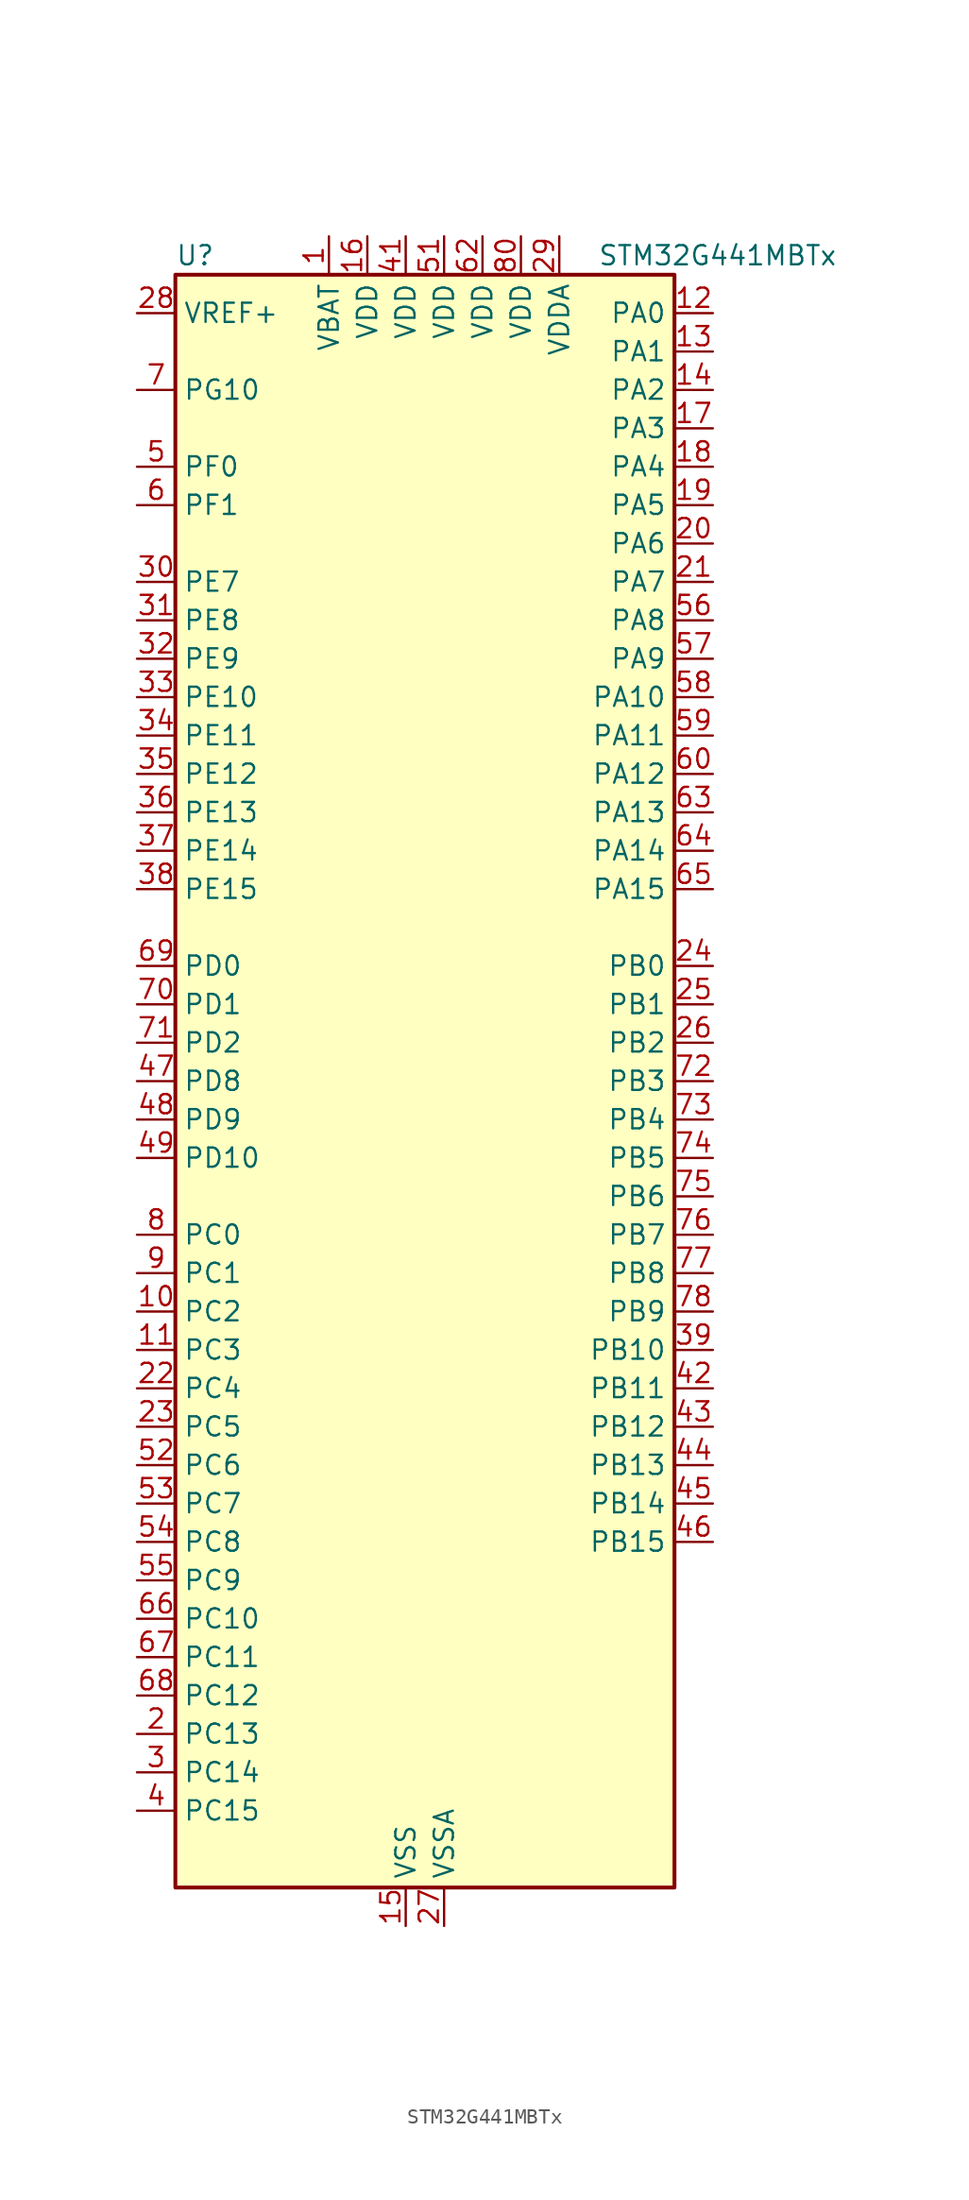
<source format=kicad_sym>
(kicad_symbol_lib
  (version 20220914)
  (generator kicad_symbol_editor)
  (symbol "STM32G441MBTx"
    (property "Reference" "U"
      (at -15.24 54.61 0)
      (effects (font (size 1.27 1.27)) (justify left)))
    (property "Value" "STM32G441MBTx"
      (at 12.7 54.61 0)
      (effects (font (size 1.27 1.27)) (justify left)))
    (property "ki_locked" ""
      (at 0 0 0)
      (effects (font (size 1.27 1.27))))
    (symbol "STM32G441MBTx_0_1"
      (rectangle (start -15.24 -53.34) (end 17.78 53.34) (stroke (width 0.254) (type default)) (fill (type background))))
    (symbol "STM32G441MBTx_1_1"
      (pin power_in line (at -5.08 55.88 270) (length 2.54) (name "VBAT" (effects (font (size 1.27 1.27)))) (number "1" (effects (font (size 1.27 1.27)))))
      (pin bidirectional line (at -17.78 -15.24 0) (length 2.54) (name "PC2" (effects (font (size 1.27 1.27)))) (number "10" (effects (font (size 1.27 1.27)))) (alternate "ADC1_IN8" bidirectional line) (alternate "ADC2_IN8" bidirectional line) (alternate "COMP3_OUT" bidirectional line) (alternate "LPTIM1_IN2" bidirectional line) (alternate "TIM1_CH3" bidirectional line))
      (pin bidirectional line (at -17.78 -17.78 0) (length 2.54) (name "PC3" (effects (font (size 1.27 1.27)))) (number "11" (effects (font (size 1.27 1.27)))) (alternate "ADC1_IN9" bidirectional line) (alternate "ADC2_IN9" bidirectional line) (alternate "LPTIM1_ETR" bidirectional line) (alternate "SAI1_D1" bidirectional line) (alternate "SAI1_SD_A" bidirectional line) (alternate "TIM1_BKIN2" bidirectional line) (alternate "TIM1_CH4" bidirectional line))
      (pin bidirectional line (at 20.32 50.8 180) (length 2.54) (name "PA0" (effects (font (size 1.27 1.27)))) (number "12" (effects (font (size 1.27 1.27)))) (alternate "ADC1_IN1" bidirectional line) (alternate "ADC2_IN1" bidirectional line) (alternate "COMP1_INM" bidirectional line) (alternate "COMP1_OUT" bidirectional line) (alternate "COMP3_INP" bidirectional line) (alternate "RTC_TAMP2" bidirectional line) (alternate "SYS_WKUP1" bidirectional line) (alternate "TIM2_CH1" bidirectional line) (alternate "TIM2_ETR" bidirectional line) (alternate "TIM8_BKIN" bidirectional line) (alternate "TIM8_ETR" bidirectional line) (alternate "USART2_CTS" bidirectional line) (alternate "USART2_NSS" bidirectional line))
      (pin bidirectional line (at 20.32 48.26 180) (length 2.54) (name "PA1" (effects (font (size 1.27 1.27)))) (number "13" (effects (font (size 1.27 1.27)))) (alternate "ADC1_IN2" bidirectional line) (alternate "ADC2_IN2" bidirectional line) (alternate "COMP1_INP" bidirectional line) (alternate "OPAMP1_VINP" bidirectional line) (alternate "OPAMP1_VINP_SEC" bidirectional line) (alternate "OPAMP3_VINP" bidirectional line) (alternate "OPAMP3_VINP_SEC" bidirectional line) (alternate "RTC_REFIN" bidirectional line) (alternate "TIM15_CH1N" bidirectional line) (alternate "TIM2_CH2" bidirectional line) (alternate "USART2_DE" bidirectional line) (alternate "USART2_RTS" bidirectional line))
      (pin bidirectional line (at 20.32 45.72 180) (length 2.54) (name "PA2" (effects (font (size 1.27 1.27)))) (number "14" (effects (font (size 1.27 1.27)))) (alternate "ADC1_IN3" bidirectional line) (alternate "COMP2_INM" bidirectional line) (alternate "COMP2_OUT" bidirectional line) (alternate "LPUART1_TX" bidirectional line) (alternate "OPAMP1_VOUT" bidirectional line) (alternate "RCC_LSCO" bidirectional line) (alternate "SYS_WKUP4" bidirectional line) (alternate "TIM15_CH1" bidirectional line) (alternate "TIM2_CH3" bidirectional line) (alternate "UCPD1_FRSTX1" bidirectional line) (alternate "UCPD1_FRSTX2" bidirectional line) (alternate "USART2_TX" bidirectional line))
      (pin power_in line (at 0 -55.88 90) (length 2.54) (name "VSS" (effects (font (size 1.27 1.27)))) (number "15" (effects (font (size 1.27 1.27)))))
      (pin power_in line (at -2.54 55.88 270) (length 2.54) (name "VDD" (effects (font (size 1.27 1.27)))) (number "16" (effects (font (size 1.27 1.27)))))
      (pin bidirectional line (at 20.32 43.18 180) (length 2.54) (name "PA3" (effects (font (size 1.27 1.27)))) (number "17" (effects (font (size 1.27 1.27)))) (alternate "ADC1_IN4" bidirectional line) (alternate "COMP2_INP" bidirectional line) (alternate "LPUART1_RX" bidirectional line) (alternate "OPAMP1_VINM" bidirectional line) (alternate "OPAMP1_VINM0" bidirectional line) (alternate "OPAMP1_VINM_SEC" bidirectional line) (alternate "OPAMP1_VINP" bidirectional line) (alternate "OPAMP1_VINP_SEC" bidirectional line) (alternate "SAI1_CK1" bidirectional line) (alternate "SAI1_MCLK_A" bidirectional line) (alternate "TIM15_CH2" bidirectional line) (alternate "TIM2_CH4" bidirectional line) (alternate "USART2_RX" bidirectional line))
      (pin bidirectional line (at 20.32 40.64 180) (length 2.54) (name "PA4" (effects (font (size 1.27 1.27)))) (number "18" (effects (font (size 1.27 1.27)))) (alternate "ADC2_IN17" bidirectional line) (alternate "COMP1_INM" bidirectional line) (alternate "DAC1_OUT1" bidirectional line) (alternate "I2S3_WS" bidirectional line) (alternate "SAI1_FS_B" bidirectional line) (alternate "SPI1_NSS" bidirectional line) (alternate "SPI3_NSS" bidirectional line) (alternate "TIM3_CH2" bidirectional line) (alternate "USART2_CK" bidirectional line))
      (pin bidirectional line (at 20.32 38.1 180) (length 2.54) (name "PA5" (effects (font (size 1.27 1.27)))) (number "19" (effects (font (size 1.27 1.27)))) (alternate "ADC2_IN13" bidirectional line) (alternate "COMP2_INM" bidirectional line) (alternate "DAC1_OUT2" bidirectional line) (alternate "OPAMP2_VINM" bidirectional line) (alternate "OPAMP2_VINM0" bidirectional line) (alternate "OPAMP2_VINM_SEC" bidirectional line) (alternate "SPI1_SCK" bidirectional line) (alternate "TIM2_CH1" bidirectional line) (alternate "TIM2_ETR" bidirectional line) (alternate "UCPD1_FRSTX1" bidirectional line) (alternate "UCPD1_FRSTX2" bidirectional line))
      (pin bidirectional line (at -17.78 -43.18 0) (length 2.54) (name "PC13" (effects (font (size 1.27 1.27)))) (number "2" (effects (font (size 1.27 1.27)))) (alternate "RTC_OUT1" bidirectional line) (alternate "RTC_TAMP1" bidirectional line) (alternate "RTC_TS" bidirectional line) (alternate "SYS_WKUP2" bidirectional line) (alternate "TIM1_BKIN" bidirectional line) (alternate "TIM1_CH1N" bidirectional line) (alternate "TIM8_CH4N" bidirectional line))
      (pin bidirectional line (at 20.32 35.56 180) (length 2.54) (name "PA6" (effects (font (size 1.27 1.27)))) (number "20" (effects (font (size 1.27 1.27)))) (alternate "ADC2_IN3" bidirectional line) (alternate "COMP1_OUT" bidirectional line) (alternate "LPUART1_CTS" bidirectional line) (alternate "OPAMP2_VOUT" bidirectional line) (alternate "SPI1_MISO" bidirectional line) (alternate "TIM16_CH1" bidirectional line) (alternate "TIM1_BKIN" bidirectional line) (alternate "TIM3_CH1" bidirectional line) (alternate "TIM8_BKIN" bidirectional line))
      (pin bidirectional line (at 20.32 33.02 180) (length 2.54) (name "PA7" (effects (font (size 1.27 1.27)))) (number "21" (effects (font (size 1.27 1.27)))) (alternate "ADC2_IN4" bidirectional line) (alternate "COMP2_INP" bidirectional line) (alternate "COMP2_OUT" bidirectional line) (alternate "OPAMP1_VINP" bidirectional line) (alternate "OPAMP1_VINP_SEC" bidirectional line) (alternate "OPAMP2_VINP" bidirectional line) (alternate "OPAMP2_VINP_SEC" bidirectional line) (alternate "SPI1_MOSI" bidirectional line) (alternate "TIM17_CH1" bidirectional line) (alternate "TIM1_CH1N" bidirectional line) (alternate "TIM3_CH2" bidirectional line) (alternate "TIM8_CH1N" bidirectional line) (alternate "UCPD1_FRSTX1" bidirectional line) (alternate "UCPD1_FRSTX2" bidirectional line))
      (pin bidirectional line (at -17.78 -20.32 0) (length 2.54) (name "PC4" (effects (font (size 1.27 1.27)))) (number "22" (effects (font (size 1.27 1.27)))) (alternate "ADC2_IN5" bidirectional line) (alternate "I2C2_SCL" bidirectional line) (alternate "TIM1_ETR" bidirectional line) (alternate "USART1_TX" bidirectional line))
      (pin bidirectional line (at -17.78 -22.86 0) (length 2.54) (name "PC5" (effects (font (size 1.27 1.27)))) (number "23" (effects (font (size 1.27 1.27)))) (alternate "ADC2_IN11" bidirectional line) (alternate "OPAMP1_VINM" bidirectional line) (alternate "OPAMP1_VINM1" bidirectional line) (alternate "OPAMP1_VINM_SEC" bidirectional line) (alternate "OPAMP2_VINM" bidirectional line) (alternate "OPAMP2_VINM1" bidirectional line) (alternate "OPAMP2_VINM_SEC" bidirectional line) (alternate "SAI1_D3" bidirectional line) (alternate "SYS_WKUP5" bidirectional line) (alternate "TIM15_BKIN" bidirectional line) (alternate "TIM1_CH4N" bidirectional line) (alternate "USART1_RX" bidirectional line))
      (pin bidirectional line (at 20.32 7.62 180) (length 2.54) (name "PB0" (effects (font (size 1.27 1.27)))) (number "24" (effects (font (size 1.27 1.27)))) (alternate "ADC1_IN15" bidirectional line) (alternate "COMP4_INP" bidirectional line) (alternate "OPAMP2_VINP" bidirectional line) (alternate "OPAMP2_VINP_SEC" bidirectional line) (alternate "OPAMP3_VINP" bidirectional line) (alternate "OPAMP3_VINP_SEC" bidirectional line) (alternate "TIM1_CH2N" bidirectional line) (alternate "TIM3_CH3" bidirectional line) (alternate "TIM8_CH2N" bidirectional line) (alternate "UCPD1_FRSTX1" bidirectional line) (alternate "UCPD1_FRSTX2" bidirectional line))
      (pin bidirectional line (at 20.32 5.08 180) (length 2.54) (name "PB1" (effects (font (size 1.27 1.27)))) (number "25" (effects (font (size 1.27 1.27)))) (alternate "ADC1_IN12" bidirectional line) (alternate "COMP1_INP" bidirectional line) (alternate "COMP4_OUT" bidirectional line) (alternate "LPUART1_DE" bidirectional line) (alternate "LPUART1_RTS" bidirectional line) (alternate "OPAMP3_VOUT" bidirectional line) (alternate "TIM1_CH3N" bidirectional line) (alternate "TIM3_CH4" bidirectional line) (alternate "TIM8_CH3N" bidirectional line))
      (pin bidirectional line (at 20.32 2.54 180) (length 2.54) (name "PB2" (effects (font (size 1.27 1.27)))) (number "26" (effects (font (size 1.27 1.27)))) (alternate "ADC2_IN12" bidirectional line) (alternate "COMP4_INM" bidirectional line) (alternate "I2C3_SMBA" bidirectional line) (alternate "LPTIM1_OUT" bidirectional line) (alternate "OPAMP3_VINM" bidirectional line) (alternate "OPAMP3_VINM0" bidirectional line) (alternate "OPAMP3_VINM_SEC" bidirectional line) (alternate "RTC_OUT2" bidirectional line))
      (pin power_in line (at 2.54 -55.88 90) (length 2.54) (name "VSSA" (effects (font (size 1.27 1.27)))) (number "27" (effects (font (size 1.27 1.27)))))
      (pin input line (at -17.78 50.8 0) (length 2.54) (name "VREF+" (effects (font (size 1.27 1.27)))) (number "28" (effects (font (size 1.27 1.27)))) (alternate "VREFBUF_OUT" bidirectional line))
      (pin power_in line (at 10.16 55.88 270) (length 2.54) (name "VDDA" (effects (font (size 1.27 1.27)))) (number "29" (effects (font (size 1.27 1.27)))))
      (pin bidirectional line (at -17.78 -45.72 0) (length 2.54) (name "PC14" (effects (font (size 1.27 1.27)))) (number "3" (effects (font (size 1.27 1.27)))) (alternate "RCC_OSC32_IN" bidirectional line))
      (pin bidirectional line (at -17.78 33.02 0) (length 2.54) (name "PE7" (effects (font (size 1.27 1.27)))) (number "30" (effects (font (size 1.27 1.27)))) (alternate "COMP4_INP" bidirectional line) (alternate "SAI1_SD_B" bidirectional line) (alternate "TIM1_ETR" bidirectional line))
      (pin bidirectional line (at -17.78 30.48 0) (length 2.54) (name "PE8" (effects (font (size 1.27 1.27)))) (number "31" (effects (font (size 1.27 1.27)))) (alternate "COMP4_INM" bidirectional line) (alternate "SAI1_SCK_B" bidirectional line) (alternate "TIM1_CH1N" bidirectional line))
      (pin bidirectional line (at -17.78 27.94 0) (length 2.54) (name "PE9" (effects (font (size 1.27 1.27)))) (number "32" (effects (font (size 1.27 1.27)))) (alternate "DAC1_EXTI9" bidirectional line) (alternate "DAC3_EXTI9" bidirectional line) (alternate "SAI1_FS_B" bidirectional line) (alternate "TIM1_CH1" bidirectional line))
      (pin bidirectional line (at -17.78 25.4 0) (length 2.54) (name "PE10" (effects (font (size 1.27 1.27)))) (number "33" (effects (font (size 1.27 1.27)))) (alternate "DAC1_EXTI10" bidirectional line) (alternate "DAC3_EXTI10" bidirectional line) (alternate "SAI1_MCLK_B" bidirectional line) (alternate "TIM1_CH2N" bidirectional line))
      (pin bidirectional line (at -17.78 22.86 0) (length 2.54) (name "PE11" (effects (font (size 1.27 1.27)))) (number "34" (effects (font (size 1.27 1.27)))) (alternate "ADC1_EXTI11" bidirectional line) (alternate "ADC2_EXTI11" bidirectional line) (alternate "TIM1_CH2" bidirectional line))
      (pin bidirectional line (at -17.78 20.32 0) (length 2.54) (name "PE12" (effects (font (size 1.27 1.27)))) (number "35" (effects (font (size 1.27 1.27)))) (alternate "TIM1_CH3N" bidirectional line))
      (pin bidirectional line (at -17.78 17.78 0) (length 2.54) (name "PE13" (effects (font (size 1.27 1.27)))) (number "36" (effects (font (size 1.27 1.27)))) (alternate "TIM1_CH3" bidirectional line))
      (pin bidirectional line (at -17.78 15.24 0) (length 2.54) (name "PE14" (effects (font (size 1.27 1.27)))) (number "37" (effects (font (size 1.27 1.27)))) (alternate "TIM1_BKIN2" bidirectional line) (alternate "TIM1_CH4" bidirectional line))
      (pin bidirectional line (at -17.78 12.7 0) (length 2.54) (name "PE15" (effects (font (size 1.27 1.27)))) (number "38" (effects (font (size 1.27 1.27)))) (alternate "ADC1_EXTI15" bidirectional line) (alternate "ADC2_EXTI15" bidirectional line) (alternate "TIM1_BKIN" bidirectional line) (alternate "TIM1_CH4N" bidirectional line) (alternate "USART3_RX" bidirectional line))
      (pin bidirectional line (at 20.32 -17.78 180) (length 2.54) (name "PB10" (effects (font (size 1.27 1.27)))) (number "39" (effects (font (size 1.27 1.27)))) (alternate "DAC1_EXTI10" bidirectional line) (alternate "DAC3_EXTI10" bidirectional line) (alternate "LPUART1_RX" bidirectional line) (alternate "OPAMP3_VINM" bidirectional line) (alternate "OPAMP3_VINM1" bidirectional line) (alternate "OPAMP3_VINM_SEC" bidirectional line) (alternate "SAI1_SCK_A" bidirectional line) (alternate "TIM1_BKIN" bidirectional line) (alternate "TIM2_CH3" bidirectional line) (alternate "USART3_TX" bidirectional line))
      (pin bidirectional line (at -17.78 -48.26 0) (length 2.54) (name "PC15" (effects (font (size 1.27 1.27)))) (number "4" (effects (font (size 1.27 1.27)))) (alternate "ADC1_EXTI15" bidirectional line) (alternate "ADC2_EXTI15" bidirectional line) (alternate "RCC_OSC32_OUT" bidirectional line))
      (pin passive line (at 0 -55.88 90) (length 2.54) hide (name "VSS" (effects (font (size 1.27 1.27)))) (number "40" (effects (font (size 1.27 1.27)))))
      (pin power_in line (at 0 55.88 270) (length 2.54) (name "VDD" (effects (font (size 1.27 1.27)))) (number "41" (effects (font (size 1.27 1.27)))))
      (pin bidirectional line (at 20.32 -20.32 180) (length 2.54) (name "PB11" (effects (font (size 1.27 1.27)))) (number "42" (effects (font (size 1.27 1.27)))) (alternate "ADC1_EXTI11" bidirectional line) (alternate "ADC1_IN14" bidirectional line) (alternate "ADC2_EXTI11" bidirectional line) (alternate "ADC2_IN14" bidirectional line) (alternate "LPUART1_TX" bidirectional line) (alternate "TIM2_CH4" bidirectional line) (alternate "USART3_RX" bidirectional line))
      (pin bidirectional line (at 20.32 -22.86 180) (length 2.54) (name "PB12" (effects (font (size 1.27 1.27)))) (number "43" (effects (font (size 1.27 1.27)))) (alternate "ADC1_IN11" bidirectional line) (alternate "I2C2_SMBA" bidirectional line) (alternate "I2S2_WS" bidirectional line) (alternate "LPUART1_DE" bidirectional line) (alternate "LPUART1_RTS" bidirectional line) (alternate "SPI2_NSS" bidirectional line) (alternate "TIM1_BKIN" bidirectional line) (alternate "USART3_CK" bidirectional line))
      (pin bidirectional line (at 20.32 -25.4 180) (length 2.54) (name "PB13" (effects (font (size 1.27 1.27)))) (number "44" (effects (font (size 1.27 1.27)))) (alternate "I2S2_CK" bidirectional line) (alternate "LPUART1_CTS" bidirectional line) (alternate "OPAMP3_VINP" bidirectional line) (alternate "OPAMP3_VINP_SEC" bidirectional line) (alternate "SPI2_SCK" bidirectional line) (alternate "TIM1_CH1N" bidirectional line) (alternate "USART3_CTS" bidirectional line) (alternate "USART3_NSS" bidirectional line))
      (pin bidirectional line (at 20.32 -27.94 180) (length 2.54) (name "PB14" (effects (font (size 1.27 1.27)))) (number "45" (effects (font (size 1.27 1.27)))) (alternate "ADC1_IN5" bidirectional line) (alternate "COMP4_OUT" bidirectional line) (alternate "OPAMP2_VINP" bidirectional line) (alternate "OPAMP2_VINP_SEC" bidirectional line) (alternate "SPI2_MISO" bidirectional line) (alternate "TIM15_CH1" bidirectional line) (alternate "TIM1_CH2N" bidirectional line) (alternate "USART3_DE" bidirectional line) (alternate "USART3_RTS" bidirectional line))
      (pin bidirectional line (at 20.32 -30.48 180) (length 2.54) (name "PB15" (effects (font (size 1.27 1.27)))) (number "46" (effects (font (size 1.27 1.27)))) (alternate "ADC1_EXTI15" bidirectional line) (alternate "ADC2_EXTI15" bidirectional line) (alternate "ADC2_IN15" bidirectional line) (alternate "COMP3_OUT" bidirectional line) (alternate "I2S2_SD" bidirectional line) (alternate "RTC_REFIN" bidirectional line) (alternate "SPI2_MOSI" bidirectional line) (alternate "TIM15_CH1N" bidirectional line) (alternate "TIM15_CH2" bidirectional line) (alternate "TIM1_CH3N" bidirectional line))
      (pin bidirectional line (at -17.78 0 0) (length 2.54) (name "PD8" (effects (font (size 1.27 1.27)))) (number "47" (effects (font (size 1.27 1.27)))) (alternate "USART3_TX" bidirectional line))
      (pin bidirectional line (at -17.78 -2.54 0) (length 2.54) (name "PD9" (effects (font (size 1.27 1.27)))) (number "48" (effects (font (size 1.27 1.27)))) (alternate "DAC1_EXTI9" bidirectional line) (alternate "DAC3_EXTI9" bidirectional line) (alternate "USART3_RX" bidirectional line))
      (pin bidirectional line (at -17.78 -5.08 0) (length 2.54) (name "PD10" (effects (font (size 1.27 1.27)))) (number "49" (effects (font (size 1.27 1.27)))) (alternate "DAC1_EXTI10" bidirectional line) (alternate "DAC3_EXTI10" bidirectional line) (alternate "USART3_CK" bidirectional line))
      (pin bidirectional line (at -17.78 40.64 0) (length 2.54) (name "PF0" (effects (font (size 1.27 1.27)))) (number "5" (effects (font (size 1.27 1.27)))) (alternate "ADC1_IN10" bidirectional line) (alternate "I2C2_SDA" bidirectional line) (alternate "I2S2_WS" bidirectional line) (alternate "RCC_OSC_IN" bidirectional line) (alternate "SPI2_NSS" bidirectional line) (alternate "TIM1_CH3N" bidirectional line))
      (pin passive line (at 0 -55.88 90) (length 2.54) hide (name "VSS" (effects (font (size 1.27 1.27)))) (number "50" (effects (font (size 1.27 1.27)))))
      (pin power_in line (at 2.54 55.88 270) (length 2.54) (name "VDD" (effects (font (size 1.27 1.27)))) (number "51" (effects (font (size 1.27 1.27)))))
      (pin bidirectional line (at -17.78 -25.4 0) (length 2.54) (name "PC6" (effects (font (size 1.27 1.27)))) (number "52" (effects (font (size 1.27 1.27)))) (alternate "I2S2_MCK" bidirectional line) (alternate "TIM3_CH1" bidirectional line) (alternate "TIM8_CH1" bidirectional line))
      (pin bidirectional line (at -17.78 -27.94 0) (length 2.54) (name "PC7" (effects (font (size 1.27 1.27)))) (number "53" (effects (font (size 1.27 1.27)))) (alternate "I2S3_MCK" bidirectional line) (alternate "TIM3_CH2" bidirectional line) (alternate "TIM8_CH2" bidirectional line))
      (pin bidirectional line (at -17.78 -30.48 0) (length 2.54) (name "PC8" (effects (font (size 1.27 1.27)))) (number "54" (effects (font (size 1.27 1.27)))) (alternate "I2C3_SCL" bidirectional line) (alternate "TIM3_CH3" bidirectional line) (alternate "TIM8_CH3" bidirectional line))
      (pin bidirectional line (at -17.78 -33.02 0) (length 2.54) (name "PC9" (effects (font (size 1.27 1.27)))) (number "55" (effects (font (size 1.27 1.27)))) (alternate "DAC1_EXTI9" bidirectional line) (alternate "DAC3_EXTI9" bidirectional line) (alternate "I2C3_SDA" bidirectional line) (alternate "I2S_CKIN" bidirectional line) (alternate "TIM3_CH4" bidirectional line) (alternate "TIM8_BKIN2" bidirectional line) (alternate "TIM8_CH4" bidirectional line))
      (pin bidirectional line (at 20.32 30.48 180) (length 2.54) (name "PA8" (effects (font (size 1.27 1.27)))) (number "56" (effects (font (size 1.27 1.27)))) (alternate "I2C2_SDA" bidirectional line) (alternate "I2C3_SCL" bidirectional line) (alternate "I2S2_MCK" bidirectional line) (alternate "RCC_MCO" bidirectional line) (alternate "SAI1_CK2" bidirectional line) (alternate "SAI1_SCK_A" bidirectional line) (alternate "TIM1_CH1" bidirectional line) (alternate "TIM4_ETR" bidirectional line) (alternate "USART1_CK" bidirectional line))
      (pin bidirectional line (at 20.32 27.94 180) (length 2.54) (name "PA9" (effects (font (size 1.27 1.27)))) (number "57" (effects (font (size 1.27 1.27)))) (alternate "DAC1_EXTI9" bidirectional line) (alternate "DAC3_EXTI9" bidirectional line) (alternate "I2C2_SCL" bidirectional line) (alternate "I2C3_SMBA" bidirectional line) (alternate "I2S3_MCK" bidirectional line) (alternate "SAI1_FS_A" bidirectional line) (alternate "TIM15_BKIN" bidirectional line) (alternate "TIM1_CH2" bidirectional line) (alternate "TIM2_CH3" bidirectional line) (alternate "UCPD1_DBCC1" bidirectional line) (alternate "USART1_TX" bidirectional line))
      (pin bidirectional line (at 20.32 25.4 180) (length 2.54) (name "PA10" (effects (font (size 1.27 1.27)))) (number "58" (effects (font (size 1.27 1.27)))) (alternate "CRS_SYNC" bidirectional line) (alternate "DAC1_EXTI10" bidirectional line) (alternate "DAC3_EXTI10" bidirectional line) (alternate "I2C2_SMBA" bidirectional line) (alternate "SAI1_D1" bidirectional line) (alternate "SAI1_SD_A" bidirectional line) (alternate "SPI2_MISO" bidirectional line) (alternate "TIM17_BKIN" bidirectional line) (alternate "TIM1_CH3" bidirectional line) (alternate "TIM2_CH4" bidirectional line) (alternate "TIM8_BKIN" bidirectional line) (alternate "UCPD1_DBCC2" bidirectional line) (alternate "USART1_RX" bidirectional line))
      (pin bidirectional line (at 20.32 22.86 180) (length 2.54) (name "PA11" (effects (font (size 1.27 1.27)))) (number "59" (effects (font (size 1.27 1.27)))) (alternate "ADC1_EXTI11" bidirectional line) (alternate "ADC2_EXTI11" bidirectional line) (alternate "COMP1_OUT" bidirectional line) (alternate "FDCAN1_RX" bidirectional line) (alternate "I2S2_SD" bidirectional line) (alternate "SPI2_MOSI" bidirectional line) (alternate "TIM1_BKIN2" bidirectional line) (alternate "TIM1_CH1N" bidirectional line) (alternate "TIM1_CH4" bidirectional line) (alternate "TIM4_CH1" bidirectional line) (alternate "USART1_CTS" bidirectional line) (alternate "USART1_NSS" bidirectional line) (alternate "USB_DM" bidirectional line))
      (pin bidirectional line (at -17.78 38.1 0) (length 2.54) (name "PF1" (effects (font (size 1.27 1.27)))) (number "6" (effects (font (size 1.27 1.27)))) (alternate "ADC2_IN10" bidirectional line) (alternate "COMP3_INM" bidirectional line) (alternate "I2S2_CK" bidirectional line) (alternate "RCC_OSC_OUT" bidirectional line) (alternate "SPI2_SCK" bidirectional line))
      (pin bidirectional line (at 20.32 20.32 180) (length 2.54) (name "PA12" (effects (font (size 1.27 1.27)))) (number "60" (effects (font (size 1.27 1.27)))) (alternate "COMP2_OUT" bidirectional line) (alternate "FDCAN1_TX" bidirectional line) (alternate "I2S_CKIN" bidirectional line) (alternate "TIM16_CH1" bidirectional line) (alternate "TIM1_CH2N" bidirectional line) (alternate "TIM1_ETR" bidirectional line) (alternate "TIM4_CH2" bidirectional line) (alternate "USART1_DE" bidirectional line) (alternate "USART1_RTS" bidirectional line) (alternate "USB_DP" bidirectional line))
      (pin passive line (at 0 -55.88 90) (length 2.54) hide (name "VSS" (effects (font (size 1.27 1.27)))) (number "61" (effects (font (size 1.27 1.27)))))
      (pin power_in line (at 5.08 55.88 270) (length 2.54) (name "VDD" (effects (font (size 1.27 1.27)))) (number "62" (effects (font (size 1.27 1.27)))))
      (pin bidirectional line (at 20.32 17.78 180) (length 2.54) (name "PA13" (effects (font (size 1.27 1.27)))) (number "63" (effects (font (size 1.27 1.27)))) (alternate "I2C1_SCL" bidirectional line) (alternate "IR_OUT" bidirectional line) (alternate "SAI1_SD_B" bidirectional line) (alternate "SYS_JTMS-SWDIO" bidirectional line) (alternate "TIM16_CH1N" bidirectional line) (alternate "TIM4_CH3" bidirectional line) (alternate "USART3_CTS" bidirectional line) (alternate "USART3_NSS" bidirectional line))
      (pin bidirectional line (at 20.32 15.24 180) (length 2.54) (name "PA14" (effects (font (size 1.27 1.27)))) (number "64" (effects (font (size 1.27 1.27)))) (alternate "I2C1_SDA" bidirectional line) (alternate "LPTIM1_OUT" bidirectional line) (alternate "SAI1_FS_B" bidirectional line) (alternate "SYS_JTCK-SWCLK" bidirectional line) (alternate "TIM1_BKIN" bidirectional line) (alternate "TIM8_CH2" bidirectional line) (alternate "USART2_TX" bidirectional line))
      (pin bidirectional line (at 20.32 12.7 180) (length 2.54) (name "PA15" (effects (font (size 1.27 1.27)))) (number "65" (effects (font (size 1.27 1.27)))) (alternate "ADC1_EXTI15" bidirectional line) (alternate "ADC2_EXTI15" bidirectional line) (alternate "I2C1_SCL" bidirectional line) (alternate "I2S3_WS" bidirectional line) (alternate "SPI1_NSS" bidirectional line) (alternate "SPI3_NSS" bidirectional line) (alternate "SYS_JTDI" bidirectional line) (alternate "TIM1_BKIN" bidirectional line) (alternate "TIM2_CH1" bidirectional line) (alternate "TIM2_ETR" bidirectional line) (alternate "TIM8_CH1" bidirectional line) (alternate "UART4_DE" bidirectional line) (alternate "UART4_RTS" bidirectional line) (alternate "USART2_RX" bidirectional line))
      (pin bidirectional line (at -17.78 -35.56 0) (length 2.54) (name "PC10" (effects (font (size 1.27 1.27)))) (number "66" (effects (font (size 1.27 1.27)))) (alternate "DAC1_EXTI10" bidirectional line) (alternate "DAC3_EXTI10" bidirectional line) (alternate "I2S3_CK" bidirectional line) (alternate "SPI3_SCK" bidirectional line) (alternate "TIM8_CH1N" bidirectional line) (alternate "UART4_TX" bidirectional line) (alternate "USART3_TX" bidirectional line))
      (pin bidirectional line (at -17.78 -38.1 0) (length 2.54) (name "PC11" (effects (font (size 1.27 1.27)))) (number "67" (effects (font (size 1.27 1.27)))) (alternate "ADC1_EXTI11" bidirectional line) (alternate "ADC2_EXTI11" bidirectional line) (alternate "I2C3_SDA" bidirectional line) (alternate "SPI3_MISO" bidirectional line) (alternate "TIM8_CH2N" bidirectional line) (alternate "UART4_RX" bidirectional line) (alternate "USART3_RX" bidirectional line))
      (pin bidirectional line (at -17.78 -40.64 0) (length 2.54) (name "PC12" (effects (font (size 1.27 1.27)))) (number "68" (effects (font (size 1.27 1.27)))) (alternate "I2S3_SD" bidirectional line) (alternate "SPI3_MOSI" bidirectional line) (alternate "TIM8_CH3N" bidirectional line) (alternate "UCPD1_FRSTX1" bidirectional line) (alternate "UCPD1_FRSTX2" bidirectional line) (alternate "USART3_CK" bidirectional line))
      (pin bidirectional line (at -17.78 7.62 0) (length 2.54) (name "PD0" (effects (font (size 1.27 1.27)))) (number "69" (effects (font (size 1.27 1.27)))) (alternate "FDCAN1_RX" bidirectional line) (alternate "TIM8_CH4N" bidirectional line))
      (pin bidirectional line (at -17.78 45.72 0) (length 2.54) (name "PG10" (effects (font (size 1.27 1.27)))) (number "7" (effects (font (size 1.27 1.27)))) (alternate "DAC1_EXTI10" bidirectional line) (alternate "DAC3_EXTI10" bidirectional line) (alternate "RCC_MCO" bidirectional line))
      (pin bidirectional line (at -17.78 5.08 0) (length 2.54) (name "PD1" (effects (font (size 1.27 1.27)))) (number "70" (effects (font (size 1.27 1.27)))) (alternate "FDCAN1_TX" bidirectional line) (alternate "TIM8_BKIN2" bidirectional line) (alternate "TIM8_CH4" bidirectional line))
      (pin bidirectional line (at -17.78 2.54 0) (length 2.54) (name "PD2" (effects (font (size 1.27 1.27)))) (number "71" (effects (font (size 1.27 1.27)))) (alternate "TIM3_ETR" bidirectional line) (alternate "TIM8_BKIN" bidirectional line))
      (pin bidirectional line (at 20.32 0 180) (length 2.54) (name "PB3" (effects (font (size 1.27 1.27)))) (number "72" (effects (font (size 1.27 1.27)))) (alternate "CRS_SYNC" bidirectional line) (alternate "I2S3_CK" bidirectional line) (alternate "SAI1_SCK_B" bidirectional line) (alternate "SPI1_SCK" bidirectional line) (alternate "SPI3_SCK" bidirectional line) (alternate "SYS_JTDO-SWO" bidirectional line) (alternate "TIM2_CH2" bidirectional line) (alternate "TIM3_ETR" bidirectional line) (alternate "TIM4_ETR" bidirectional line) (alternate "TIM8_CH1N" bidirectional line) (alternate "USART2_TX" bidirectional line))
      (pin bidirectional line (at 20.32 -2.54 180) (length 2.54) (name "PB4" (effects (font (size 1.27 1.27)))) (number "73" (effects (font (size 1.27 1.27)))) (alternate "SAI1_MCLK_B" bidirectional line) (alternate "SPI1_MISO" bidirectional line) (alternate "SPI3_MISO" bidirectional line) (alternate "SYS_JTRST" bidirectional line) (alternate "TIM16_CH1" bidirectional line) (alternate "TIM17_BKIN" bidirectional line) (alternate "TIM3_CH1" bidirectional line) (alternate "TIM8_CH2N" bidirectional line) (alternate "UCPD1_CC2" bidirectional line) (alternate "USART2_RX" bidirectional line))
      (pin bidirectional line (at 20.32 -5.08 180) (length 2.54) (name "PB5" (effects (font (size 1.27 1.27)))) (number "74" (effects (font (size 1.27 1.27)))) (alternate "I2C1_SMBA" bidirectional line) (alternate "I2C3_SDA" bidirectional line) (alternate "I2S3_SD" bidirectional line) (alternate "LPTIM1_IN1" bidirectional line) (alternate "SAI1_SD_B" bidirectional line) (alternate "SPI1_MOSI" bidirectional line) (alternate "SPI3_MOSI" bidirectional line) (alternate "TIM16_BKIN" bidirectional line) (alternate "TIM17_CH1" bidirectional line) (alternate "TIM3_CH2" bidirectional line) (alternate "TIM8_CH3N" bidirectional line) (alternate "USART2_CK" bidirectional line))
      (pin bidirectional line (at 20.32 -7.62 180) (length 2.54) (name "PB6" (effects (font (size 1.27 1.27)))) (number "75" (effects (font (size 1.27 1.27)))) (alternate "COMP4_OUT" bidirectional line) (alternate "LPTIM1_ETR" bidirectional line) (alternate "SAI1_FS_B" bidirectional line) (alternate "TIM16_CH1N" bidirectional line) (alternate "TIM4_CH1" bidirectional line) (alternate "TIM8_BKIN2" bidirectional line) (alternate "TIM8_CH1" bidirectional line) (alternate "TIM8_ETR" bidirectional line) (alternate "UCPD1_CC1" bidirectional line) (alternate "USART1_TX" bidirectional line))
      (pin bidirectional line (at 20.32 -10.16 180) (length 2.54) (name "PB7" (effects (font (size 1.27 1.27)))) (number "76" (effects (font (size 1.27 1.27)))) (alternate "COMP3_OUT" bidirectional line) (alternate "I2C1_SDA" bidirectional line) (alternate "LPTIM1_IN2" bidirectional line) (alternate "SYS_PVD_IN" bidirectional line) (alternate "TIM17_CH1N" bidirectional line) (alternate "TIM3_CH4" bidirectional line) (alternate "TIM4_CH2" bidirectional line) (alternate "TIM8_BKIN" bidirectional line) (alternate "UART4_CTS" bidirectional line) (alternate "USART1_RX" bidirectional line))
      (pin bidirectional line (at 20.32 -12.7 180) (length 2.54) (name "PB8" (effects (font (size 1.27 1.27)))) (number "77" (effects (font (size 1.27 1.27)))) (alternate "COMP1_OUT" bidirectional line) (alternate "FDCAN1_RX" bidirectional line) (alternate "I2C1_SCL" bidirectional line) (alternate "SAI1_CK1" bidirectional line) (alternate "SAI1_MCLK_A" bidirectional line) (alternate "TIM16_CH1" bidirectional line) (alternate "TIM1_BKIN" bidirectional line) (alternate "TIM4_CH3" bidirectional line) (alternate "TIM8_CH2" bidirectional line) (alternate "USART3_RX" bidirectional line))
      (pin bidirectional line (at 20.32 -15.24 180) (length 2.54) (name "PB9" (effects (font (size 1.27 1.27)))) (number "78" (effects (font (size 1.27 1.27)))) (alternate "COMP2_OUT" bidirectional line) (alternate "DAC1_EXTI9" bidirectional line) (alternate "DAC3_EXTI9" bidirectional line) (alternate "FDCAN1_TX" bidirectional line) (alternate "I2C1_SDA" bidirectional line) (alternate "IR_OUT" bidirectional line) (alternate "SAI1_D2" bidirectional line) (alternate "SAI1_FS_A" bidirectional line) (alternate "TIM17_CH1" bidirectional line) (alternate "TIM1_CH3N" bidirectional line) (alternate "TIM4_CH4" bidirectional line) (alternate "TIM8_CH3" bidirectional line) (alternate "USART3_TX" bidirectional line))
      (pin passive line (at 0 -55.88 90) (length 2.54) hide (name "VSS" (effects (font (size 1.27 1.27)))) (number "79" (effects (font (size 1.27 1.27)))))
      (pin bidirectional line (at -17.78 -10.16 0) (length 2.54) (name "PC0" (effects (font (size 1.27 1.27)))) (number "8" (effects (font (size 1.27 1.27)))) (alternate "ADC1_IN6" bidirectional line) (alternate "ADC2_IN6" bidirectional line) (alternate "COMP3_INM" bidirectional line) (alternate "LPTIM1_IN1" bidirectional line) (alternate "LPUART1_RX" bidirectional line) (alternate "TIM1_CH1" bidirectional line))
      (pin power_in line (at 7.62 55.88 270) (length 2.54) (name "VDD" (effects (font (size 1.27 1.27)))) (number "80" (effects (font (size 1.27 1.27)))))
      (pin bidirectional line (at -17.78 -12.7 0) (length 2.54) (name "PC1" (effects (font (size 1.27 1.27)))) (number "9" (effects (font (size 1.27 1.27)))) (alternate "ADC1_IN7" bidirectional line) (alternate "ADC2_IN7" bidirectional line) (alternate "COMP3_INP" bidirectional line) (alternate "LPTIM1_OUT" bidirectional line) (alternate "LPUART1_TX" bidirectional line) (alternate "SAI1_SD_A" bidirectional line) (alternate "TIM1_CH2" bidirectional line)))))
</source>
